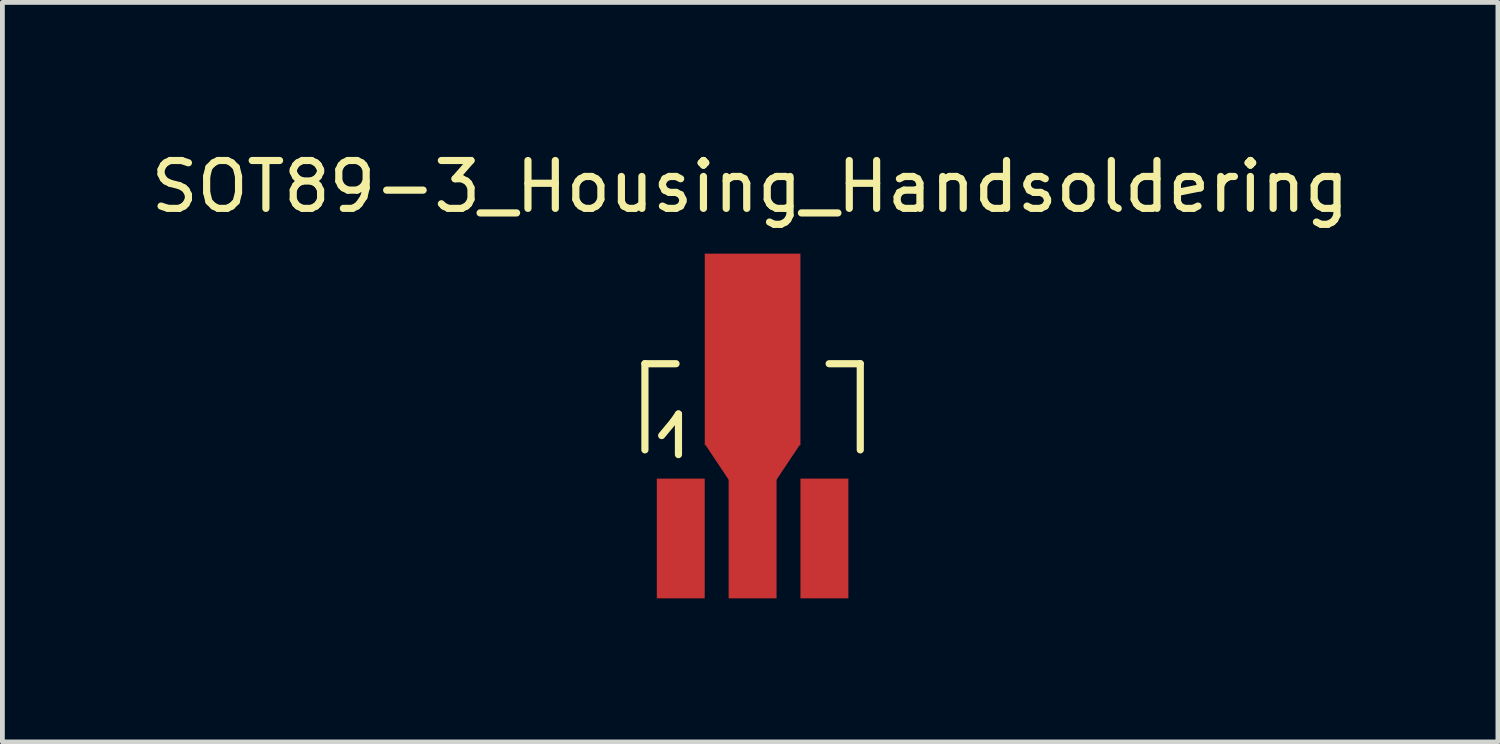
<source format=kicad_pcb>
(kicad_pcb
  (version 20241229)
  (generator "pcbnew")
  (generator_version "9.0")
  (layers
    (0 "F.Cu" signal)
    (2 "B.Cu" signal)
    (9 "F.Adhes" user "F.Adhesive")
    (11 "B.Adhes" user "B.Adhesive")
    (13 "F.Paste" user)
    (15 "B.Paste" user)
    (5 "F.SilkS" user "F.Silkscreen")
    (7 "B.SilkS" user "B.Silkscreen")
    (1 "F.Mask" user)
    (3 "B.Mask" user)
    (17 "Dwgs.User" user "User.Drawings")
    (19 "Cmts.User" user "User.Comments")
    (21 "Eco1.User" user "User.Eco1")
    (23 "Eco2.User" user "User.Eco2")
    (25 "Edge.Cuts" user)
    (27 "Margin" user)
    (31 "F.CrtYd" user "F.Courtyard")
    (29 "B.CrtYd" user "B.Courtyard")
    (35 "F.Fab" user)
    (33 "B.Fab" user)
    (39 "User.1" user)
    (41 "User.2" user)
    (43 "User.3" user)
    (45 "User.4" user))
  (footprint "SOT89-3_Housing_Handsoldering"
    (layer "F.Cu")
    (at 12.676 5.85)
    (property "Reference" "SOT89-3_Housing_Handsoldering" (at -0.051 -5.001 0) (layer "F.SilkS") (effects (font (size 1 1) (thickness 0.15))))
    (attr smd)
    (fp_line (start -2.25 -1.3) (end -2.25 0.5) (stroke (width 0.15) (type solid)) (layer "F.SilkS"))
    (fp_line (start -2.25 -1.3) (end -1.6 -1.3) (stroke (width 0.15) (type solid)) (layer "F.SilkS"))
    (fp_line (start -1.9 0.201) (end -1.651 -0.099) (stroke (width 0.15) (type solid)) (layer "F.SilkS"))
    (fp_line (start -1.651 -0.099) (end -1.549 -0.249) (stroke (width 0.15) (type solid)) (layer "F.SilkS"))
    (fp_line (start -1.549 -0.249) (end -1.549 0.599) (stroke (width 0.15) (type solid)) (layer "F.SilkS"))
    (fp_line (start 2.25 -1.3) (end 1.6 -1.3) (stroke (width 0.15) (type solid)) (layer "F.SilkS"))
    (fp_line (start 2.25 -1.3) (end 2.25 0.5) (stroke (width 0.15) (type solid)) (layer "F.SilkS"))
    (pad "1" smd rect (at -1.501 2.352) (size 1.001 2.502) (layers "F.Cu" "F.Mask" "F.Paste"))
    (pad "2" smd rect (at 0 -1.6) (size 1.999 4) (layers "F.Cu" "F.Mask" "F.Paste"))
    (pad "2" smd trapezoid (at 0 0.749 180) (size 1.501 0.749) (rect_delta 0 0.5) (layers "F.Cu" "F.Mask" "F.Paste"))
    (pad "2" smd rect (at 0 2.352) (size 1.001 2.502) (layers "F.Cu" "F.Mask" "F.Paste"))
    (pad "3" smd rect (at 1.501 2.352) (size 1.001 2.502) (layers "F.Cu" "F.Mask" "F.Paste")))
  (gr_rect
    (start -3 -3)
    (end 28.25 12.453)
    (stroke (width 0.1) (type default))
    (fill no)
    (layer "Edge.Cuts")))
</source>
